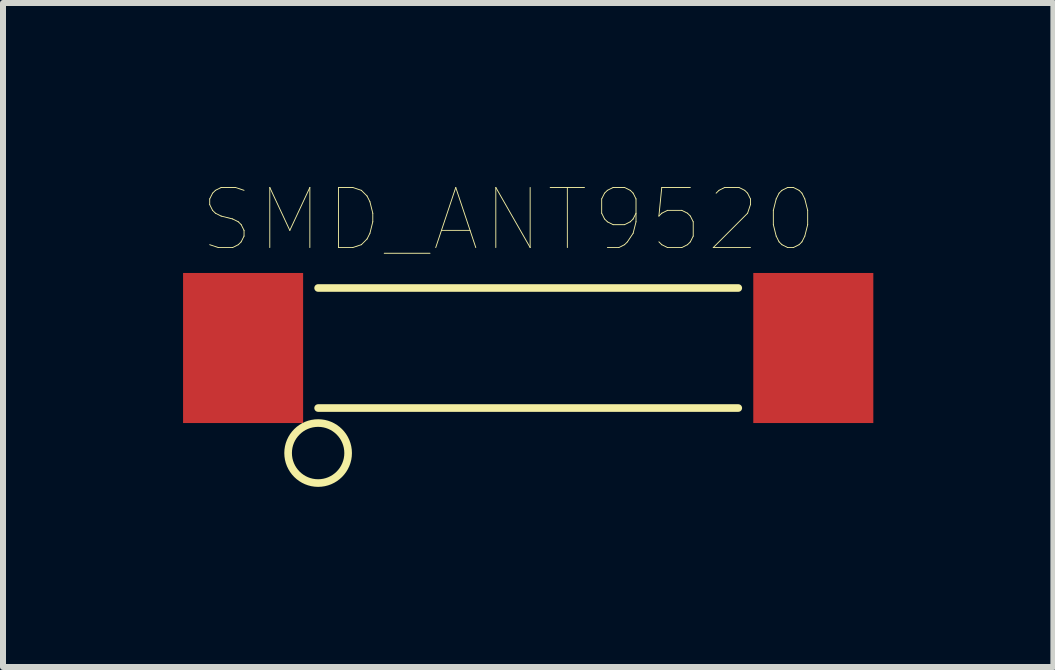
<source format=kicad_pcb>
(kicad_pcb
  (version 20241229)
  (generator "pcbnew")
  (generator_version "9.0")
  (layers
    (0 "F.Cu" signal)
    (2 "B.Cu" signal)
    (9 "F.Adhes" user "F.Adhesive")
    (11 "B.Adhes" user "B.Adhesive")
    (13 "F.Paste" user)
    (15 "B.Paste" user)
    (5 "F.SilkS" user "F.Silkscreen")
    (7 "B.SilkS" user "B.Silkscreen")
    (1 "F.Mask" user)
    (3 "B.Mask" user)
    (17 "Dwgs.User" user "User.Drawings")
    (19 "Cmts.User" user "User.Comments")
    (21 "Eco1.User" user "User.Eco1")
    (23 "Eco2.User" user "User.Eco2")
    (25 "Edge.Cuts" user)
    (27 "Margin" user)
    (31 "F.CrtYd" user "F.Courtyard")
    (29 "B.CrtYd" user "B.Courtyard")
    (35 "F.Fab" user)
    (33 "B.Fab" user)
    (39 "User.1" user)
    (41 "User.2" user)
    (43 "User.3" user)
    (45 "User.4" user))
  (footprint "SMD_ANT9520"
    (layer "F.Cu")
    (at 5.75 2.748)
    (property "Reference" "SMD_ANT9520" (at -0.325 -2.136 0) (layer "F.SilkS") (effects (font (size 1.001 1.001) (thickness 0.015))))
    (attr through_hole)
    (fp_line (start -3.5 -1) (end 3.5 -1) (stroke (width 0.127) (type solid)) (layer "F.SilkS"))
    (fp_line (start 3.5 1) (end -3.5 1) (stroke (width 0.127) (type solid)) (layer "F.SilkS"))
    (fp_circle (center -3.5 1.75) (end -3 1.75) (stroke (width 0.127) (type solid)) (fill no) (layer "F.SilkS"))
    (pad "P$FEED" smd rect (at -4.75 0) (size 2 2.5) (layers "F.Cu" "F.Mask" "F.Paste"))
    (pad "P$GND" smd rect (at 4.75 0) (size 2 2.5) (layers "F.Cu" "F.Mask" "F.Paste")))
  (gr_rect
    (start -3 -3)
    (end 14.5 8.062)
    (stroke (width 0.1) (type default))
    (fill no)
    (layer "Edge.Cuts")))
</source>
